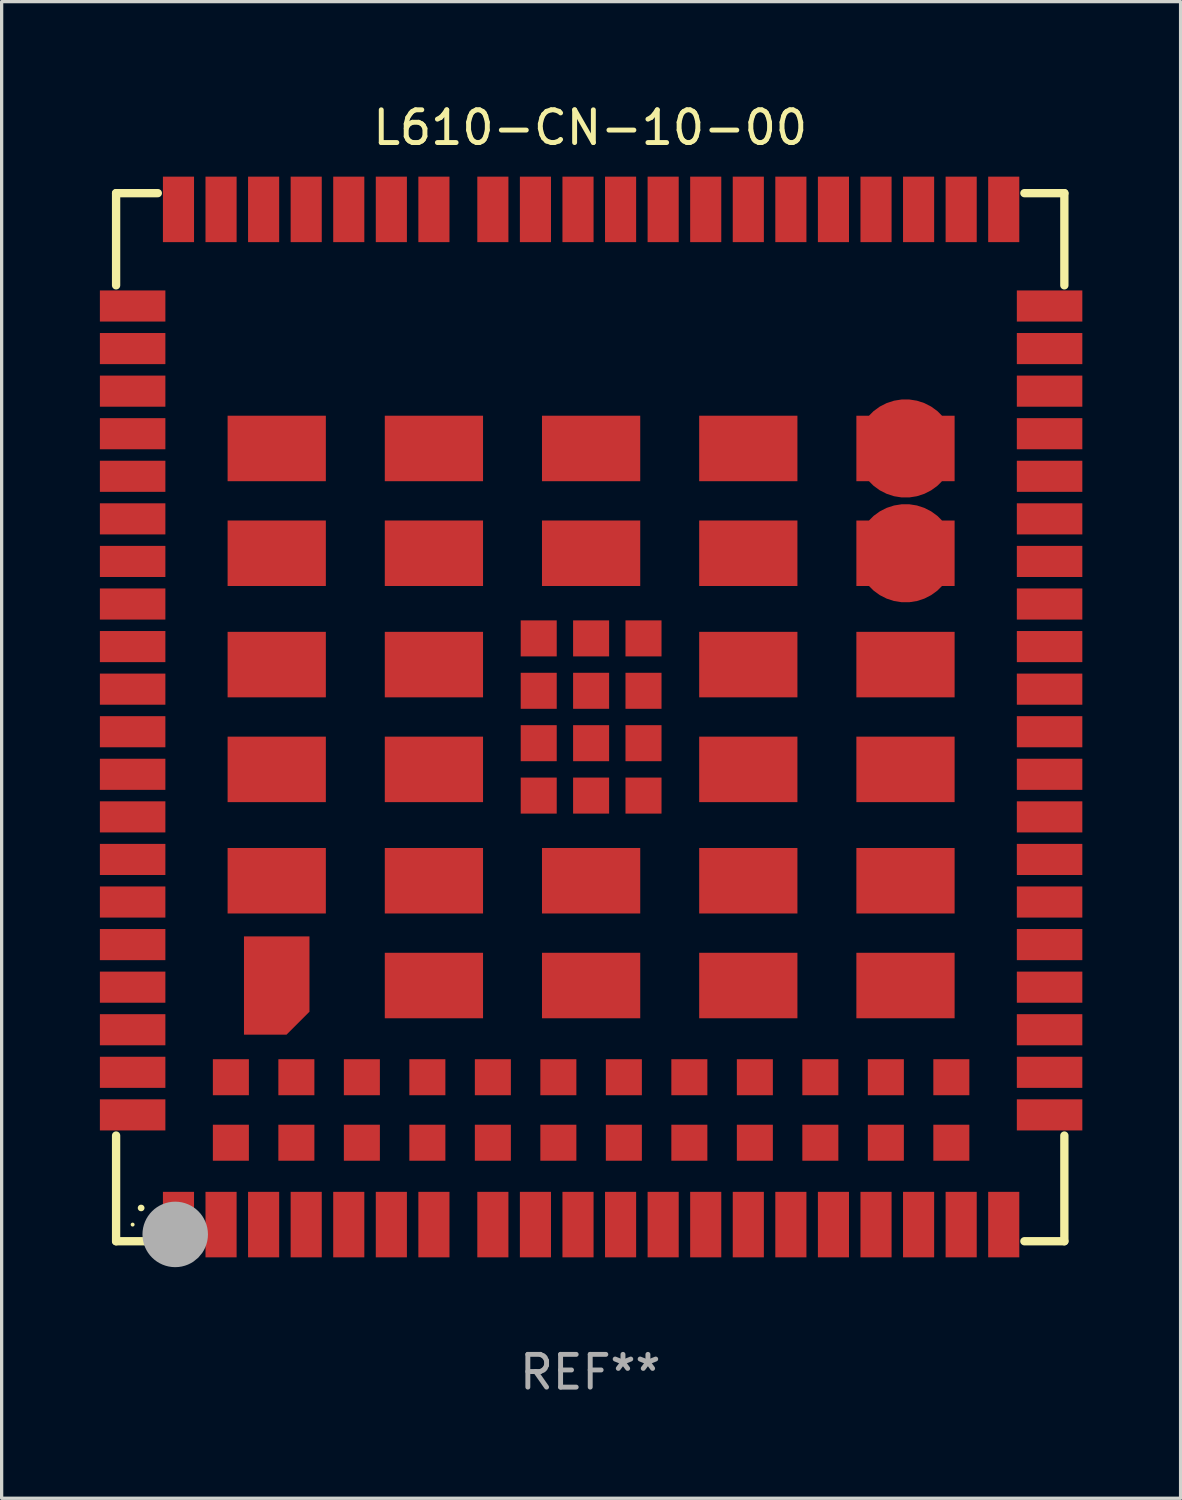
<source format=kicad_pcb>
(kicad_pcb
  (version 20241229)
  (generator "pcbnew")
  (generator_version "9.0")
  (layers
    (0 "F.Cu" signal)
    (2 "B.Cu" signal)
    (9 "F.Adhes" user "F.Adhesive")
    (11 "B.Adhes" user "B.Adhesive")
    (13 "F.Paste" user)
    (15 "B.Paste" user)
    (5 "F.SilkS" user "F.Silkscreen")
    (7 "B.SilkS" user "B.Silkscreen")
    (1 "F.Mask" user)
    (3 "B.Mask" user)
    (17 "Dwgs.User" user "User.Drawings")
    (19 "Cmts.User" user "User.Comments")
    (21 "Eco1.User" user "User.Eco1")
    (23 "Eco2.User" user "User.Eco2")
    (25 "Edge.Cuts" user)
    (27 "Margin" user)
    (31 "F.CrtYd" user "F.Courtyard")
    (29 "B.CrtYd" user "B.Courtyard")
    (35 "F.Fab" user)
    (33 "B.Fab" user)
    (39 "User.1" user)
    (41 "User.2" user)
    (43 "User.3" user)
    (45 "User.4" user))
  (footprint "L610-CN-10-00"
    (layer "F.Cu")
    (at 14.973 18.85)
    (property "Reference" "L610-CN-10-00" (at 0 -18.002 0) (layer "F.SilkS") (effects (font (size 1 1) (thickness 0.15))))
    (attr through_hole)
    (fp_line (start -14.478 -16.002) (end -13.204 -16.002) (stroke (width 0.254) (type solid)) (layer "F.SilkS"))
    (fp_line (start -14.478 -13.187) (end -14.478 -16.002) (stroke (width 0.254) (type solid)) (layer "F.SilkS"))
    (fp_line (start -14.478 16.002) (end -14.478 12.775) (stroke (width 0.254) (type solid)) (layer "F.SilkS"))
    (fp_line (start -13.204 16.002) (end -14.478 16.002) (stroke (width 0.254) (type solid)) (layer "F.SilkS"))
    (fp_line (start 13.258 -16.002) (end 14.478 -16.002) (stroke (width 0.254) (type solid)) (layer "F.SilkS"))
    (fp_line (start 14.478 -16.002) (end 14.478 -13.187) (stroke (width 0.254) (type solid)) (layer "F.SilkS"))
    (fp_line (start 14.478 12.775) (end 14.478 16.002) (stroke (width 0.254) (type solid)) (layer "F.SilkS"))
    (fp_line (start 14.478 16.002) (end 13.258 16.002) (stroke (width 0.254) (type solid)) (layer "F.SilkS"))
    (fp_arc (start -13.716027 14.98603) (mid -13.713221 14.986015) (end -13.710414 14.98603) (stroke (width 0.199898) (type solid)) (layer "F.SilkS"))
    (fp_circle (center -13.973 15.494) (end -13.943 15.494) (stroke (width 0.06) (type solid)) (fill no) (layer "F.SilkS"))
    (fp_circle (center -12.673 15.794) (end -12.173 15.794) (stroke (width 1) (type solid)) (fill no) (layer "F.Fab"))
    (fp_text user "REF**" (at 0 20.002 0) (layer "F.Fab") (effects (font (size 1 1) (thickness 0.15))))
    (pad "1" smd rect (at -12.573 15.494) (size 0.95 2) (layers "F.Cu" "F.Mask" "F.Paste"))
    (pad "2" smd rect (at -11.273 15.494) (size 0.95 2) (layers "F.Cu" "F.Mask" "F.Paste"))
    (pad "3" smd rect (at -9.973 15.494) (size 0.95 2) (layers "F.Cu" "F.Mask" "F.Paste"))
    (pad "4" smd rect (at -8.673 15.494) (size 0.95 2) (layers "F.Cu" "F.Mask" "F.Paste"))
    (pad "5" smd rect (at -7.373 15.494) (size 0.95 2) (layers "F.Cu" "F.Mask" "F.Paste"))
    (pad "6" smd rect (at -6.073 15.494) (size 0.95 2) (layers "F.Cu" "F.Mask" "F.Paste"))
    (pad "7" smd rect (at -4.773 15.494) (size 0.95 2) (layers "F.Cu" "F.Mask" "F.Paste"))
    (pad "8" smd rect (at -0.373 15.494) (size 0.95 2) (layers "F.Cu" "F.Mask" "F.Paste"))
    (pad "9" smd rect (at 0.927 15.494) (size 0.95 2) (layers "F.Cu" "F.Mask" "F.Paste"))
    (pad "10" smd rect (at 2.227 15.494) (size 0.95 2) (layers "F.Cu" "F.Mask" "F.Paste"))
    (pad "11" smd rect (at 3.527 15.494) (size 0.95 2) (layers "F.Cu" "F.Mask" "F.Paste"))
    (pad "12" smd rect (at 4.827 15.494) (size 0.95 2) (layers "F.Cu" "F.Mask" "F.Paste"))
    (pad "13" smd rect (at 6.127 15.494) (size 0.95 2) (layers "F.Cu" "F.Mask" "F.Paste"))
    (pad "14" smd rect (at 7.427 15.494) (size 0.95 2) (layers "F.Cu" "F.Mask" "F.Paste"))
    (pad "15" smd rect (at 8.727 15.494) (size 0.95 2) (layers "F.Cu" "F.Mask" "F.Paste"))
    (pad "16" smd rect (at 10.027 15.494) (size 0.95 2) (layers "F.Cu" "F.Mask" "F.Paste"))
    (pad "17" smd rect (at 11.327 15.494) (size 0.95 2) (layers "F.Cu" "F.Mask" "F.Paste"))
    (pad "18" smd rect (at 12.627 15.494) (size 0.95 2) (layers "F.Cu" "F.Mask" "F.Paste"))
    (pad "19" smd rect (at 14.027 9.544) (size 2 0.95) (layers "F.Cu" "F.Mask" "F.Paste"))
    (pad "20" smd rect (at 14.027 8.244) (size 2 0.95) (layers "F.Cu" "F.Mask" "F.Paste"))
    (pad "21" smd rect (at 14.027 6.944) (size 2 0.95) (layers "F.Cu" "F.Mask" "F.Paste"))
    (pad "22" smd rect (at 14.027 5.644) (size 2 0.95) (layers "F.Cu" "F.Mask" "F.Paste"))
    (pad "23" smd rect (at 14.027 4.344) (size 2 0.95) (layers "F.Cu" "F.Mask" "F.Paste"))
    (pad "24" smd rect (at 14.027 3.044) (size 2 0.95) (layers "F.Cu" "F.Mask" "F.Paste"))
    (pad "25" smd rect (at 14.027 1.744) (size 2 0.95) (layers "F.Cu" "F.Mask" "F.Paste"))
    (pad "26" smd rect (at 14.027 0.444) (size 2 0.95) (layers "F.Cu" "F.Mask" "F.Paste"))
    (pad "27" smd rect (at 14.027 -0.856) (size 2 0.95) (layers "F.Cu" "F.Mask" "F.Paste"))
    (pad "28" smd rect (at 14.027 -2.156) (size 2 0.95) (layers "F.Cu" "F.Mask" "F.Paste"))
    (pad "29" smd rect (at 14.027 -3.456) (size 2 0.95) (layers "F.Cu" "F.Mask" "F.Paste"))
    (pad "30" smd rect (at 14.027 -4.756) (size 2 0.95) (layers "F.Cu" "F.Mask" "F.Paste"))
    (pad "31" smd rect (at 14.027 -6.056) (size 2 0.95) (layers "F.Cu" "F.Mask" "F.Paste"))
    (pad "32" smd rect (at 14.027 -7.356) (size 2 0.95) (layers "F.Cu" "F.Mask" "F.Paste"))
    (pad "33" smd rect (at 14.027 -8.656) (size 2 0.95) (layers "F.Cu" "F.Mask" "F.Paste"))
    (pad "34" smd rect (at 14.027 -9.956) (size 2 0.95) (layers "F.Cu" "F.Mask" "F.Paste"))
    (pad "35" smd rect (at 14.027 -11.256) (size 2 0.95) (layers "F.Cu" "F.Mask" "F.Paste"))
    (pad "36" smd rect (at 14.027 -12.556) (size 2 0.95) (layers "F.Cu" "F.Mask" "F.Paste"))
    (pad "37" smd rect (at 12.627 -15.506) (size 0.95 2) (layers "F.Cu" "F.Mask" "F.Paste"))
    (pad "38" smd rect (at 11.327 -15.506) (size 0.95 2) (layers "F.Cu" "F.Mask" "F.Paste"))
    (pad "39" smd rect (at 10.027 -15.506) (size 0.95 2) (layers "F.Cu" "F.Mask" "F.Paste"))
    (pad "40" smd rect (at 8.727 -15.506) (size 0.95 2) (layers "F.Cu" "F.Mask" "F.Paste"))
    (pad "41" smd rect (at 7.427 -15.506) (size 0.95 2) (layers "F.Cu" "F.Mask" "F.Paste"))
    (pad "42" smd rect (at 6.127 -15.506) (size 0.95 2) (layers "F.Cu" "F.Mask" "F.Paste"))
    (pad "43" smd rect (at 4.827 -15.506) (size 0.95 2) (layers "F.Cu" "F.Mask" "F.Paste"))
    (pad "44" smd rect (at 3.527 -15.506) (size 0.95 2) (layers "F.Cu" "F.Mask" "F.Paste"))
    (pad "45" smd rect (at 2.227 -15.506) (size 0.95 2) (layers "F.Cu" "F.Mask" "F.Paste"))
    (pad "46" smd rect (at 0.927 -15.506) (size 0.95 2) (layers "F.Cu" "F.Mask" "F.Paste"))
    (pad "47" smd rect (at -0.373 -15.506) (size 0.95 2) (layers "F.Cu" "F.Mask" "F.Paste"))
    (pad "48" smd rect (at -4.773 -15.506) (size 0.95 2) (layers "F.Cu" "F.Mask" "F.Paste"))
    (pad "49" smd rect (at -6.073 -15.506) (size 0.95 2) (layers "F.Cu" "F.Mask" "F.Paste"))
    (pad "50" smd rect (at -7.373 -15.506) (size 0.95 2) (layers "F.Cu" "F.Mask" "F.Paste"))
    (pad "51" smd rect (at -8.673 -15.506) (size 0.95 2) (layers "F.Cu" "F.Mask" "F.Paste"))
    (pad "52" smd rect (at -9.973 -15.506) (size 0.95 2) (layers "F.Cu" "F.Mask" "F.Paste"))
    (pad "53" smd rect (at -11.273 -15.506) (size 0.95 2) (layers "F.Cu" "F.Mask" "F.Paste"))
    (pad "54" smd rect (at -12.573 -15.506) (size 0.95 2) (layers "F.Cu" "F.Mask" "F.Paste"))
    (pad "55" smd rect (at -13.973 -12.556) (size 2 0.95) (layers "F.Cu" "F.Mask" "F.Paste"))
    (pad "56" smd rect (at -13.973 -11.256) (size 2 0.95) (layers "F.Cu" "F.Mask" "F.Paste"))
    (pad "57" smd rect (at -13.973 -9.956) (size 2 0.95) (layers "F.Cu" "F.Mask" "F.Paste"))
    (pad "58" smd rect (at -13.973 -8.656) (size 2 0.95) (layers "F.Cu" "F.Mask" "F.Paste"))
    (pad "59" smd rect (at -13.973 -7.356) (size 2 0.95) (layers "F.Cu" "F.Mask" "F.Paste"))
    (pad "60" smd rect (at -13.973 -6.056) (size 2 0.95) (layers "F.Cu" "F.Mask" "F.Paste"))
    (pad "61" smd rect (at -13.973 -4.756) (size 2 0.95) (layers "F.Cu" "F.Mask" "F.Paste"))
    (pad "62" smd rect (at -13.973 -3.456) (size 2 0.95) (layers "F.Cu" "F.Mask" "F.Paste"))
    (pad "63" smd rect (at -13.973 -2.156) (size 2 0.95) (layers "F.Cu" "F.Mask" "F.Paste"))
    (pad "64" smd rect (at -13.973 -0.856) (size 2 0.95) (layers "F.Cu" "F.Mask" "F.Paste"))
    (pad "65" smd rect (at -13.973 0.444) (size 2 0.95) (layers "F.Cu" "F.Mask" "F.Paste"))
    (pad "66" smd rect (at -13.973 1.744) (size 2 0.95) (layers "F.Cu" "F.Mask" "F.Paste"))
    (pad "67" smd rect (at -13.973 3.044) (size 2 0.95) (layers "F.Cu" "F.Mask" "F.Paste"))
    (pad "68" smd rect (at -13.973 4.344) (size 2 0.95) (layers "F.Cu" "F.Mask" "F.Paste"))
    (pad "69" smd rect (at -13.973 5.644) (size 2 0.95) (layers "F.Cu" "F.Mask" "F.Paste"))
    (pad "70" smd rect (at -13.973 6.944) (size 2 0.95) (layers "F.Cu" "F.Mask" "F.Paste"))
    (pad "71" smd rect (at -13.973 8.244) (size 2 0.95) (layers "F.Cu" "F.Mask" "F.Paste"))
    (pad "72" smd rect (at -13.973 9.544) (size 2 0.95) (layers "F.Cu" "F.Mask" "F.Paste"))
    (pad "73" smd rect (at -1.573 -2.406) (size 1.1 1.1) (layers "F.Cu" "F.Mask" "F.Paste"))
    (pad "74" smd rect (at 0.027 -2.406) (size 1.1 1.1) (layers "F.Cu" "F.Mask" "F.Paste"))
    (pad "75" smd rect (at 1.627 -2.406) (size 1.1 1.1) (layers "F.Cu" "F.Mask" "F.Paste"))
    (pad "76" smd rect (at -1.573 -0.806) (size 1.1 1.1) (layers "F.Cu" "F.Mask" "F.Paste"))
    (pad "77" smd rect (at 0.027 -0.806) (size 1.1 1.1) (layers "F.Cu" "F.Mask" "F.Paste"))
    (pad "78" smd rect (at 1.627 -0.806) (size 1.1 1.1) (layers "F.Cu" "F.Mask" "F.Paste"))
    (pad "79" smd rect (at -1.573 0.794) (size 1.1 1.1) (layers "F.Cu" "F.Mask" "F.Paste"))
    (pad "80" smd rect (at 0.027 0.794) (size 1.1 1.1) (layers "F.Cu" "F.Mask" "F.Paste"))
    (pad "81" smd rect (at 1.627 0.794) (size 1.1 1.1) (layers "F.Cu" "F.Mask" "F.Paste"))
    (pad "82" smd rect (at -1.573 2.394) (size 1.1 1.1) (layers "F.Cu" "F.Mask" "F.Paste"))
    (pad "83" smd rect (at 0.027 2.394) (size 1.1 1.1) (layers "F.Cu" "F.Mask" "F.Paste"))
    (pad "84" smd rect (at 1.627 2.394) (size 1.1 1.1) (layers "F.Cu" "F.Mask" "F.Paste"))
    (pad "85" smd rect (at -9.573 -8.206) (size 3 2) (layers "F.Cu" "F.Mask" "F.Paste"))
    (pad "86" smd rect (at -4.773 -8.206) (size 3 2) (layers "F.Cu" "F.Mask" "F.Paste"))
    (pad "87" smd rect (at 0.027 -8.206 180) (size 3 2) (layers "F.Cu" "F.Mask" "F.Paste"))
    (pad "88" smd rect (at 4.827 -8.206) (size 3 2) (layers "F.Cu" "F.Mask" "F.Paste"))
    (pad "89" smd custom (at 9.627 -8.206) (size 3 2) (layers "F.Cu" "F.Mask" "F.Paste") (options (anchor circle)) (primitives (gr_poly (pts (xy -1.5 -1) (xy 1.5 -1) (xy 1.5 1) (xy -1.5 1)) (width 0) (fill yes))))
    (pad "90" smd rect (at -9.573 -5.006) (size 3 2) (layers "F.Cu" "F.Mask" "F.Paste"))
    (pad "91" smd rect (at -4.773 -5.006) (size 3 2) (layers "F.Cu" "F.Mask" "F.Paste"))
    (pad "92" smd rect (at 0.027 -5.006 180) (size 3 2) (layers "F.Cu" "F.Mask" "F.Paste"))
    (pad "93" smd rect (at 4.827 -5.006) (size 3 2) (layers "F.Cu" "F.Mask" "F.Paste"))
    (pad "94" smd custom (at 9.627 -5.006) (size 3 2) (layers "F.Cu" "F.Mask" "F.Paste") (options (anchor circle)) (primitives (gr_poly (pts (xy -1.5 -1) (xy 1.5 -1) (xy 1.5 1) (xy -1.5 1)) (width 0) (fill yes))))
    (pad "95" smd rect (at -9.573 -1.606) (size 3 2) (layers "F.Cu" "F.Mask" "F.Paste"))
    (pad "96" smd rect (at -4.773 -1.606) (size 3 2) (layers "F.Cu" "F.Mask" "F.Paste"))
    (pad "97" smd rect (at 4.827 -1.606) (size 3 2) (layers "F.Cu" "F.Mask" "F.Paste"))
    (pad "98" smd rect (at 9.627 -1.606) (size 3 2) (layers "F.Cu" "F.Mask" "F.Paste"))
    (pad "99" smd rect (at -9.573 1.594) (size 3 2) (layers "F.Cu" "F.Mask" "F.Paste"))
    (pad "100" smd rect (at -4.773 1.594) (size 3 2) (layers "F.Cu" "F.Mask" "F.Paste"))
    (pad "101" smd rect (at 4.827 1.594) (size 3 2) (layers "F.Cu" "F.Mask" "F.Paste"))
    (pad "102" smd rect (at 9.627 1.594) (size 3 2) (layers "F.Cu" "F.Mask" "F.Paste"))
    (pad "103" smd rect (at -9.573 4.994) (size 3 2) (layers "F.Cu" "F.Mask" "F.Paste"))
    (pad "104" smd rect (at -4.773 4.994) (size 3 2) (layers "F.Cu" "F.Mask" "F.Paste"))
    (pad "105" smd rect (at 0.027 4.994 180) (size 3 2) (layers "F.Cu" "F.Mask" "F.Paste"))
    (pad "106" smd rect (at 4.827 4.994) (size 3 2) (layers "F.Cu" "F.Mask" "F.Paste"))
    (pad "107" smd rect (at 9.627 4.994) (size 3 2) (layers "F.Cu" "F.Mask" "F.Paste"))
    (pad "108" smd custom (at -9.573 8.194 90) (size 2 3) (layers "F.Cu" "F.Mask" "F.Paste") (options (anchor circle)) (primitives (gr_poly (pts (xy -1.5 0.3) (xy -0.8 1) (xy 1.5 1) (xy 1.5 -1) (xy -1.5 -1)) (width 0) (fill yes))))
    (pad "109" smd rect (at -4.773 8.194 180) (size 3 2) (layers "F.Cu" "F.Mask" "F.Paste"))
    (pad "110" smd rect (at 0.027 8.194 180) (size 3 2) (layers "F.Cu" "F.Mask" "F.Paste"))
    (pad "111" smd rect (at 4.827 8.194) (size 3 2) (layers "F.Cu" "F.Mask" "F.Paste"))
    (pad "112" smd rect (at 9.627 8.194) (size 3 2) (layers "F.Cu" "F.Mask" "F.Paste"))
    (pad "113" smd rect (at -13.973 10.844) (size 2 0.95) (layers "F.Cu" "F.Mask" "F.Paste"))
    (pad "114" smd rect (at -13.973 12.144) (size 2 0.95) (layers "F.Cu" "F.Mask" "F.Paste"))
    (pad "115" smd rect (at 14.027 10.844) (size 2 0.95) (layers "F.Cu" "F.Mask" "F.Paste"))
    (pad "116" smd rect (at 14.027 12.144) (size 2 0.95) (layers "F.Cu" "F.Mask" "F.Paste"))
    (pad "117" smd rect (at -10.973 10.994 90) (size 1.1 1.1) (layers "F.Cu" "F.Mask" "F.Paste"))
    (pad "118" smd rect (at -8.973 10.994 90) (size 1.1 1.1) (layers "F.Cu" "F.Mask" "F.Paste"))
    (pad "119" smd rect (at -6.973 10.994 90) (size 1.1 1.1) (layers "F.Cu" "F.Mask" "F.Paste"))
    (pad "120" smd rect (at -4.973 10.994 90) (size 1.1 1.1) (layers "F.Cu" "F.Mask" "F.Paste"))
    (pad "121" smd rect (at -2.973 10.994 90) (size 1.1 1.1) (layers "F.Cu" "F.Mask" "F.Paste"))
    (pad "122" smd rect (at -0.973 10.994 90) (size 1.1 1.1) (layers "F.Cu" "F.Mask" "F.Paste"))
    (pad "123" smd rect (at 1.027 10.994 90) (size 1.1 1.1) (layers "F.Cu" "F.Mask" "F.Paste"))
    (pad "124" smd rect (at 3.027 10.994 90) (size 1.1 1.1) (layers "F.Cu" "F.Mask" "F.Paste"))
    (pad "125" smd rect (at 5.027 10.994 90) (size 1.1 1.1) (layers "F.Cu" "F.Mask" "F.Paste"))
    (pad "126" smd rect (at 7.027 10.994 90) (size 1.1 1.1) (layers "F.Cu" "F.Mask" "F.Paste"))
    (pad "127" smd rect (at 9.027 10.994 90) (size 1.1 1.1) (layers "F.Cu" "F.Mask" "F.Paste"))
    (pad "128" smd rect (at 11.027 10.994 90) (size 1.1 1.1) (layers "F.Cu" "F.Mask" "F.Paste"))
    (pad "129" smd rect (at -10.973 12.994 90) (size 1.1 1.1) (layers "F.Cu" "F.Mask" "F.Paste"))
    (pad "130" smd rect (at -8.973 12.994 90) (size 1.1 1.1) (layers "F.Cu" "F.Mask" "F.Paste"))
    (pad "131" smd rect (at -6.973 12.994 90) (size 1.1 1.1) (layers "F.Cu" "F.Mask" "F.Paste"))
    (pad "132" smd rect (at -4.973 12.994 90) (size 1.1 1.1) (layers "F.Cu" "F.Mask" "F.Paste"))
    (pad "133" smd rect (at -2.973 12.994 90) (size 1.1 1.1) (layers "F.Cu" "F.Mask" "F.Paste"))
    (pad "134" smd rect (at -0.973 12.994 90) (size 1.1 1.1) (layers "F.Cu" "F.Mask" "F.Paste"))
    (pad "135" smd rect (at 1.027 12.994 90) (size 1.1 1.1) (layers "F.Cu" "F.Mask" "F.Paste"))
    (pad "136" smd rect (at 3.027 12.994 90) (size 1.1 1.1) (layers "F.Cu" "F.Mask" "F.Paste"))
    (pad "137" smd rect (at 5.027 12.994 90) (size 1.1 1.1) (layers "F.Cu" "F.Mask" "F.Paste"))
    (pad "138" smd rect (at 7.027 12.994 90) (size 1.1 1.1) (layers "F.Cu" "F.Mask" "F.Paste"))
    (pad "139" smd rect (at 9.027 12.994 90) (size 1.1 1.1) (layers "F.Cu" "F.Mask" "F.Paste"))
    (pad "140" smd rect (at 11.027 12.994 90) (size 1.1 1.1) (layers "F.Cu" "F.Mask" "F.Paste"))
    (pad "141" smd rect (at -2.973 15.494) (size 0.95 2) (layers "F.Cu" "F.Mask" "F.Paste"))
    (pad "142" smd rect (at -1.673 15.494) (size 0.95 2) (layers "F.Cu" "F.Mask" "F.Paste"))
    (pad "143" smd rect (at -1.673 -15.506) (size 0.95 2) (layers "F.Cu" "F.Mask" "F.Paste"))
    (pad "144" smd rect (at -2.973 -15.506) (size 0.95 2) (layers "F.Cu" "F.Mask" "F.Paste")))
  (gr_rect
    (start -3 -3)
    (end 33 42.701)
    (stroke (width 0.1) (type default))
    (fill no)
    (layer "Edge.Cuts")))
</source>
